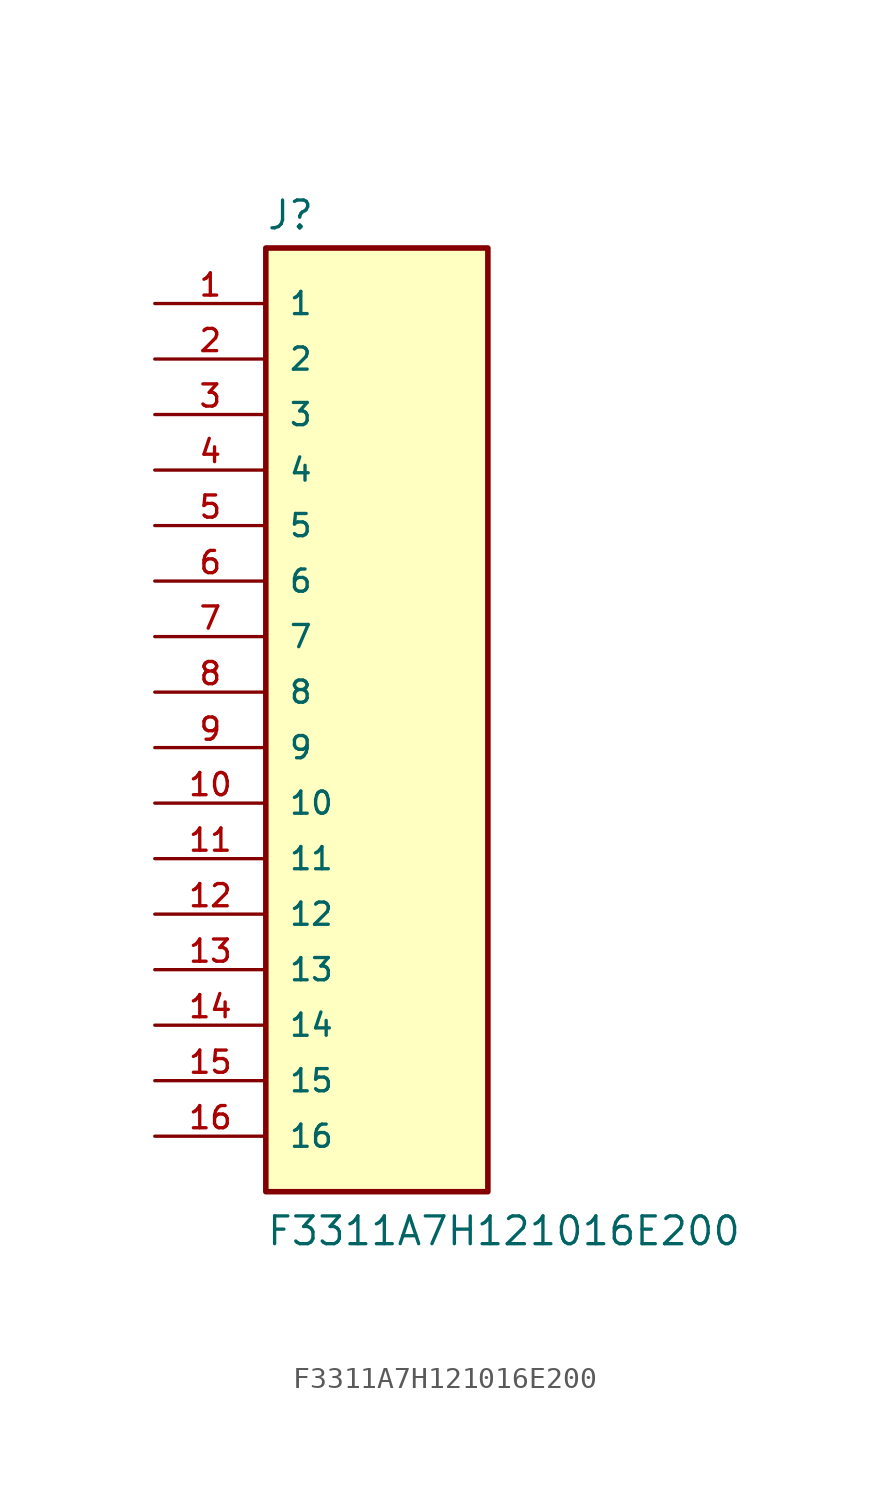
<source format=kicad_sym>
(kicad_symbol_lib
  (version 20211014)
  (generator kicad_symbol_editor)
  (symbol "F3311A7H121016E200"
    (pin_names
      (offset 1.016))
    (property "Reference" "J"
      (at -5.08 21.082 0)
      (effects (font (size 1.27 1.27)) (justify bottom left)))
    (property "Value" "F3311A7H121016E200"
      (at -5.08 -25.4 0)
      (effects (font (size 1.27 1.27)) (justify bottom left)))
    (symbol "F3311A7H121016E200_0_0"
      (rectangle (start -5.08 -22.86) (end 5.08 20.32) (stroke (width 0.254)) (fill (type background)))
      (pin passive line (at -10.16 17.78 0) (length 5.08) (name "1" (effects (font (size 1.016 1.016)))) (number "1" (effects (font (size 1.016 1.016)))))
      (pin passive line (at -10.16 15.24 0) (length 5.08) (name "2" (effects (font (size 1.016 1.016)))) (number "2" (effects (font (size 1.016 1.016)))))
      (pin passive line (at -10.16 12.7 0) (length 5.08) (name "3" (effects (font (size 1.016 1.016)))) (number "3" (effects (font (size 1.016 1.016)))))
      (pin passive line (at -10.16 10.16 0) (length 5.08) (name "4" (effects (font (size 1.016 1.016)))) (number "4" (effects (font (size 1.016 1.016)))))
      (pin passive line (at -10.16 7.62 0) (length 5.08) (name "5" (effects (font (size 1.016 1.016)))) (number "5" (effects (font (size 1.016 1.016)))))
      (pin passive line (at -10.16 5.08 0) (length 5.08) (name "6" (effects (font (size 1.016 1.016)))) (number "6" (effects (font (size 1.016 1.016)))))
      (pin passive line (at -10.16 2.54 0) (length 5.08) (name "7" (effects (font (size 1.016 1.016)))) (number "7" (effects (font (size 1.016 1.016)))))
      (pin passive line (at -10.16 0.0 0) (length 5.08) (name "8" (effects (font (size 1.016 1.016)))) (number "8" (effects (font (size 1.016 1.016)))))
      (pin passive line (at -10.16 -2.54 0) (length 5.08) (name "9" (effects (font (size 1.016 1.016)))) (number "9" (effects (font (size 1.016 1.016)))))
      (pin passive line (at -10.16 -5.08 0) (length 5.08) (name "10" (effects (font (size 1.016 1.016)))) (number "10" (effects (font (size 1.016 1.016)))))
      (pin passive line (at -10.16 -7.62 0) (length 5.08) (name "11" (effects (font (size 1.016 1.016)))) (number "11" (effects (font (size 1.016 1.016)))))
      (pin passive line (at -10.16 -10.16 0) (length 5.08) (name "12" (effects (font (size 1.016 1.016)))) (number "12" (effects (font (size 1.016 1.016)))))
      (pin passive line (at -10.16 -12.7 0) (length 5.08) (name "13" (effects (font (size 1.016 1.016)))) (number "13" (effects (font (size 1.016 1.016)))))
      (pin passive line (at -10.16 -15.24 0) (length 5.08) (name "14" (effects (font (size 1.016 1.016)))) (number "14" (effects (font (size 1.016 1.016)))))
      (pin passive line (at -10.16 -17.78 0) (length 5.08) (name "15" (effects (font (size 1.016 1.016)))) (number "15" (effects (font (size 1.016 1.016)))))
      (pin passive line (at -10.16 -20.32 0) (length 5.08) (name "16" (effects (font (size 1.016 1.016)))) (number "16" (effects (font (size 1.016 1.016))))))))
</source>
